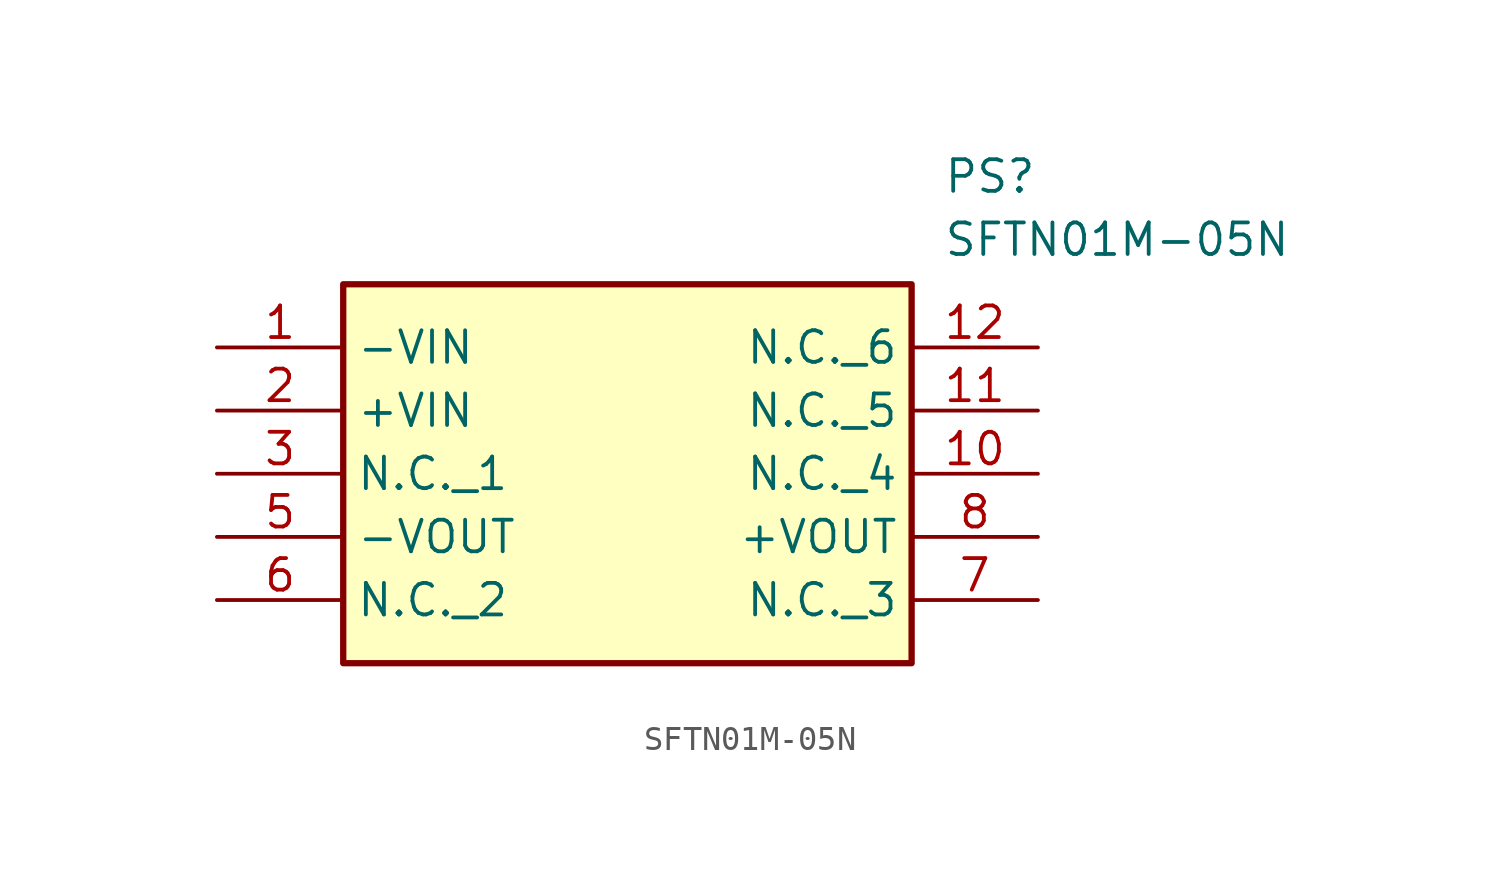
<source format=kicad_sym>
(kicad_symbol_lib
  (version 20211014)
  (generator SamacSys_ECAD_Model)
  (symbol "SFTN01M-05N"
    (property "Reference" "PS"
      (at 29.21 7.62 0)
      (effects (font (size 1.27 1.27)) (justify left top)))
    (property "Value" "SFTN01M-05N"
      (at 29.21 5.08 0)
      (effects (font (size 1.27 1.27)) (justify left top)))
    (rectangle
      (start 5.08 2.54)
      (end 27.94 -12.7)
      (stroke (width 0.254) (type default))
      (fill (type background)))
    (pin passive line
      (at 0 0 0)
      (length 5.08)
      (name "-VIN" (effects (font (size 1.27 1.27))))
      (number "1" (effects (font (size 1.27 1.27)))))
    (pin passive line
      (at 0 -2.54 0)
      (length 5.08)
      (name "+VIN" (effects (font (size 1.27 1.27))))
      (number "2" (effects (font (size 1.27 1.27)))))
    (pin passive line
      (at 0 -5.08 0)
      (length 5.08)
      (name "N.C._1" (effects (font (size 1.27 1.27))))
      (number "3" (effects (font (size 1.27 1.27)))))
    (pin passive line
      (at 0 -7.62 0)
      (length 5.08)
      (name "-VOUT" (effects (font (size 1.27 1.27))))
      (number "5" (effects (font (size 1.27 1.27)))))
    (pin passive line
      (at 0 -10.16 0)
      (length 5.08)
      (name "N.C._2" (effects (font (size 1.27 1.27))))
      (number "6" (effects (font (size 1.27 1.27)))))
    (pin passive line
      (at 33.02 -10.16 180)
      (length 5.08)
      (name "N.C._3" (effects (font (size 1.27 1.27))))
      (number "7" (effects (font (size 1.27 1.27)))))
    (pin passive line
      (at 33.02 -7.62 180)
      (length 5.08)
      (name "+VOUT" (effects (font (size 1.27 1.27))))
      (number "8" (effects (font (size 1.27 1.27)))))
    (pin passive line
      (at 33.02 -5.08 180)
      (length 5.08)
      (name "N.C._4" (effects (font (size 1.27 1.27))))
      (number "10" (effects (font (size 1.27 1.27)))))
    (pin passive line
      (at 33.02 -2.54 180)
      (length 5.08)
      (name "N.C._5" (effects (font (size 1.27 1.27))))
      (number "11" (effects (font (size 1.27 1.27)))))
    (pin passive line
      (at 33.02 0 180)
      (length 5.08)
      (name "N.C._6" (effects (font (size 1.27 1.27))))
      (number "12" (effects (font (size 1.27 1.27)))))))
</source>
